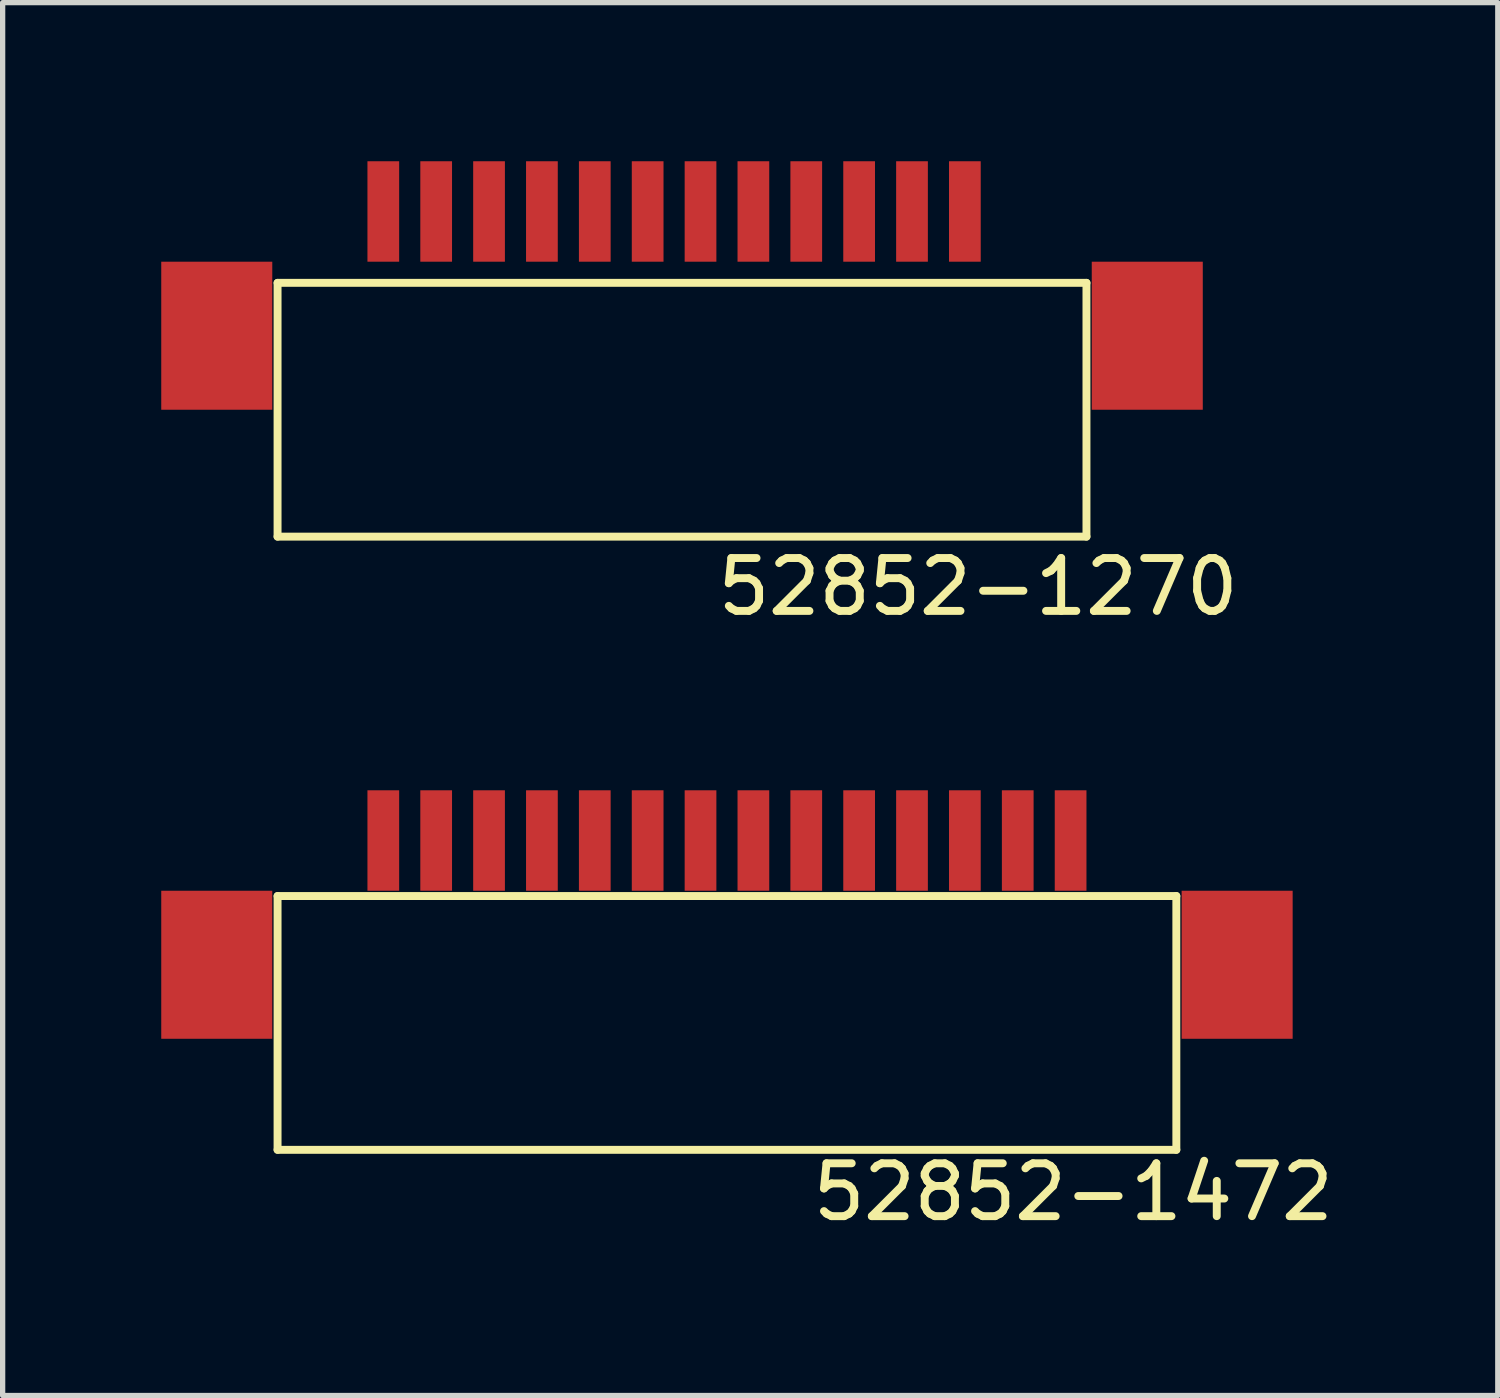
<source format=kicad_pcb>
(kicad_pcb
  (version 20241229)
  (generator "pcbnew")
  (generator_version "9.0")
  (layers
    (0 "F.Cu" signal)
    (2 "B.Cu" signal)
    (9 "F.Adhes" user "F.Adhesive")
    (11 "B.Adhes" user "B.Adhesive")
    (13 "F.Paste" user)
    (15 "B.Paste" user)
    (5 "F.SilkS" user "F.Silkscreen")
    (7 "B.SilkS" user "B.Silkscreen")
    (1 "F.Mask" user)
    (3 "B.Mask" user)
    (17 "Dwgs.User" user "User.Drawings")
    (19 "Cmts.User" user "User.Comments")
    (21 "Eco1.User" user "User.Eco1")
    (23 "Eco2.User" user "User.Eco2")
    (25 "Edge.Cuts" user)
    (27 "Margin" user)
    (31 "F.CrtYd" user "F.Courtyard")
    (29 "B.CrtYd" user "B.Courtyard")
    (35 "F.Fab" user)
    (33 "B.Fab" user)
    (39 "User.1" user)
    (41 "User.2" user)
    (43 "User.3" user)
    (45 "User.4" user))
  (footprint "52852-1270"
    (layer "F.Cu")
    (at 4.2 0.95)
    (property "Reference" "52852-1270" (at 11.25 7.1 0) (layer "F.SilkS") (effects (font (size 1 1) (thickness 0.15))))
    (attr through_hole)
    (fp_line (start -2 1.35) (end -2 6.15) (stroke (width 0.15) (type solid)) (layer "F.SilkS"))
    (fp_line (start -2 6.15) (end 13.3 6.15) (stroke (width 0.15) (type solid)) (layer "F.SilkS"))
    (fp_line (start 13.3 1.35) (end -2 1.35) (stroke (width 0.15) (type solid)) (layer "F.SilkS"))
    (fp_line (start 13.3 1.35) (end 13.3 6.15) (stroke (width 0.15) (type solid)) (layer "F.SilkS"))
    (pad "" smd rect (at -3.15 2.35) (size 2.1 2.8) (layers "F.Cu" "F.Mask" "F.Paste"))
    (pad "" smd rect (at 14.45 2.35) (size 2.1 2.8) (layers "F.Cu" "F.Mask" "F.Paste"))
    (pad "1" smd rect (at 0 0) (size 0.6 1.9) (layers "F.Cu" "F.Mask" "F.Paste"))
    (pad "2" smd rect (at 1 0) (size 0.6 1.9) (layers "F.Cu" "F.Mask" "F.Paste"))
    (pad "3" smd rect (at 2 0) (size 0.6 1.9) (layers "F.Cu" "F.Mask" "F.Paste"))
    (pad "4" smd rect (at 3 0) (size 0.6 1.9) (layers "F.Cu" "F.Mask" "F.Paste"))
    (pad "5" smd rect (at 4 0) (size 0.6 1.9) (layers "F.Cu" "F.Mask" "F.Paste"))
    (pad "6" smd rect (at 5 0) (size 0.6 1.9) (layers "F.Cu" "F.Mask" "F.Paste"))
    (pad "7" smd rect (at 6 0) (size 0.6 1.9) (layers "F.Cu" "F.Mask" "F.Paste"))
    (pad "8" smd rect (at 7 0) (size 0.6 1.9) (layers "F.Cu" "F.Mask" "F.Paste"))
    (pad "9" smd rect (at 8 0) (size 0.6 1.9) (layers "F.Cu" "F.Mask" "F.Paste"))
    (pad "10" smd rect (at 9 0) (size 0.6 1.9) (layers "F.Cu" "F.Mask" "F.Paste"))
    (pad "11" smd rect (at 10 0) (size 0.6 1.9) (layers "F.Cu" "F.Mask" "F.Paste"))
    (pad "12" smd rect (at 11 0) (size 0.6 1.9) (layers "F.Cu" "F.Mask" "F.Paste")))
  (footprint "52852-1472"
    (layer "F.Cu")
    (at 4.2 12.848)
    (property "Reference" "52852-1472" (at 13.05 6.65 0) (layer "F.SilkS") (effects (font (size 1 1) (thickness 0.15))))
    (attr through_hole)
    (fp_line (start -2 1.05) (end -2 5.85) (stroke (width 0.15) (type solid)) (layer "F.SilkS"))
    (fp_line (start -2 1.05) (end 15 1.05) (stroke (width 0.15) (type solid)) (layer "F.SilkS"))
    (fp_line (start -2 5.85) (end 15 5.85) (stroke (width 0.15) (type solid)) (layer "F.SilkS"))
    (fp_line (start 15 5.85) (end 15 1.05) (stroke (width 0.15) (type solid)) (layer "F.SilkS"))
    (pad "" smd rect (at -3.15 2.35) (size 2.1 2.8) (layers "F.Cu" "F.Mask" "F.Paste"))
    (pad "" smd rect (at 16.15 2.35) (size 2.1 2.8) (layers "F.Cu" "F.Mask" "F.Paste"))
    (pad "1" smd rect (at 0 0) (size 0.6 1.9) (layers "F.Cu" "F.Mask" "F.Paste"))
    (pad "2" smd rect (at 1 0) (size 0.6 1.9) (layers "F.Cu" "F.Mask" "F.Paste"))
    (pad "3" smd rect (at 2 0) (size 0.6 1.9) (layers "F.Cu" "F.Mask" "F.Paste"))
    (pad "4" smd rect (at 3 0) (size 0.6 1.9) (layers "F.Cu" "F.Mask" "F.Paste"))
    (pad "5" smd rect (at 4 0) (size 0.6 1.9) (layers "F.Cu" "F.Mask" "F.Paste"))
    (pad "6" smd rect (at 5 0) (size 0.6 1.9) (layers "F.Cu" "F.Mask" "F.Paste"))
    (pad "7" smd rect (at 6 0) (size 0.6 1.9) (layers "F.Cu" "F.Mask" "F.Paste"))
    (pad "8" smd rect (at 7 0) (size 0.6 1.9) (layers "F.Cu" "F.Mask" "F.Paste"))
    (pad "9" smd rect (at 8 0) (size 0.6 1.9) (layers "F.Cu" "F.Mask" "F.Paste"))
    (pad "10" smd rect (at 9 0) (size 0.6 1.9) (layers "F.Cu" "F.Mask" "F.Paste"))
    (pad "11" smd rect (at 10 0) (size 0.6 1.9) (layers "F.Cu" "F.Mask" "F.Paste"))
    (pad "12" smd rect (at 11 0) (size 0.6 1.9) (layers "F.Cu" "F.Mask" "F.Paste"))
    (pad "13" smd rect (at 12 0) (size 0.6 1.9) (layers "F.Cu" "F.Mask" "F.Paste"))
    (pad "14" smd rect (at 13 0) (size 0.6 1.9) (layers "F.Cu" "F.Mask" "F.Paste")))
  (gr_rect
    (start -3 -3)
    (end 25.28 23.346)
    (stroke (width 0.1) (type default))
    (fill no)
    (layer "Edge.Cuts")))
</source>
